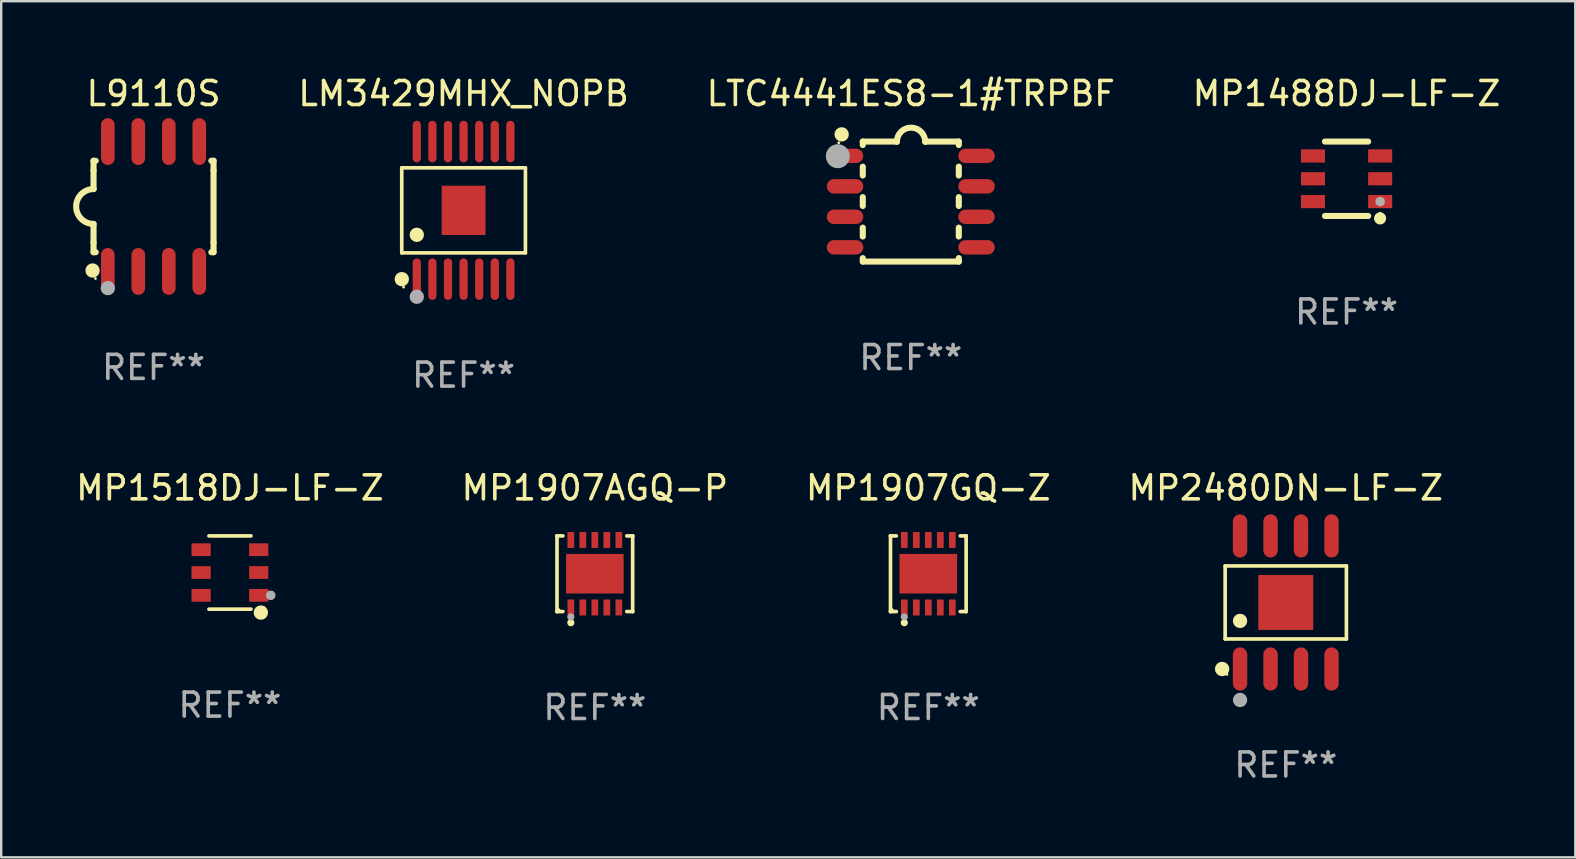
<source format=kicad_pcb>
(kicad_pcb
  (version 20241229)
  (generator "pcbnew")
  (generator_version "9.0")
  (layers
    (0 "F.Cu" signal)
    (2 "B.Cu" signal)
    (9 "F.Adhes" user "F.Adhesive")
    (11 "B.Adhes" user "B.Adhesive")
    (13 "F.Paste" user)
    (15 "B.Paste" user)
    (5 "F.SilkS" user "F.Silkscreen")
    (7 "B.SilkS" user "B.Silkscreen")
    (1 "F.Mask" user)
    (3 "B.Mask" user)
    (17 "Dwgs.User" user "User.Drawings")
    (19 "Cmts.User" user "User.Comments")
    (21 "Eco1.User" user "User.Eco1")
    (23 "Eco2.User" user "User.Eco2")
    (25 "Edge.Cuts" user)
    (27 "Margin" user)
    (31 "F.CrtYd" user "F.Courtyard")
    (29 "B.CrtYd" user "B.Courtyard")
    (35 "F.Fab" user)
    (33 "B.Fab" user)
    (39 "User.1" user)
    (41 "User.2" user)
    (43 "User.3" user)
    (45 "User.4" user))
  (footprint "LM3429MHX_NOPB"
    (layer "F.Cu")
    (at 16.264 5.714)
    (property "Reference" "LM3429MHX_NOPB" (at 0 -4.866 0) (layer "F.SilkS") (effects (font (size 1 1) (thickness 0.15))))
    (attr through_hole)
    (fp_line (start -2.576 -1.772) (end 2.576 -1.772) (stroke (width 0.152) (type solid)) (layer "F.SilkS"))
    (fp_line (start -2.576 1.771) (end -2.576 -1.772) (stroke (width 0.152) (type solid)) (layer "F.SilkS"))
    (fp_line (start 2.576 -1.772) (end 2.576 1.771) (stroke (width 0.152) (type solid)) (layer "F.SilkS"))
    (fp_line (start 2.576 1.771) (end -2.576 1.771) (stroke (width 0.152) (type solid)) (layer "F.SilkS"))
    (fp_circle (center -2.574 2.866) (end -2.424 2.866) (stroke (width 0.3) (type solid)) (fill no) (layer "F.SilkS"))
    (fp_circle (center -2.5 3.2) (end -2.47 3.2) (stroke (width 0.06) (type solid)) (fill no) (layer "F.SilkS"))
    (fp_circle (center -1.95 1.019) (end -1.8 1.019) (stroke (width 0.3) (type solid)) (fill no) (layer "F.SilkS"))
    (fp_circle (center -1.95 3.6) (end -1.8 3.6) (stroke (width 0.3) (type solid)) (fill no) (layer "F.Fab"))
    (fp_text user "REF**" (at 0 6.866 0) (layer "F.Fab") (effects (font (size 1 1) (thickness 0.15))))
    (pad "1" smd oval (at -1.95 2.866) (size 0.343 1.731) (layers "F.Cu" "F.Mask" "F.Paste"))
    (pad "2" smd oval (at -1.3 2.866) (size 0.343 1.731) (layers "F.Cu" "F.Mask" "F.Paste"))
    (pad "3" smd oval (at -0.65 2.866) (size 0.343 1.731) (layers "F.Cu" "F.Mask" "F.Paste"))
    (pad "4" smd oval (at 0 2.866) (size 0.343 1.731) (layers "F.Cu" "F.Mask" "F.Paste"))
    (pad "5" smd oval (at 0.65 2.866) (size 0.343 1.731) (layers "F.Cu" "F.Mask" "F.Paste"))
    (pad "6" smd oval (at 1.3 2.866) (size 0.343 1.731) (layers "F.Cu" "F.Mask" "F.Paste"))
    (pad "7" smd oval (at 1.95 2.866) (size 0.343 1.731) (layers "F.Cu" "F.Mask" "F.Paste"))
    (pad "8" smd oval (at 1.95 -2.866) (size 0.343 1.731) (layers "F.Cu" "F.Mask" "F.Paste"))
    (pad "9" smd oval (at 1.3 -2.866) (size 0.343 1.731) (layers "F.Cu" "F.Mask" "F.Paste"))
    (pad "10" smd oval (at 0.65 -2.866) (size 0.343 1.731) (layers "F.Cu" "F.Mask" "F.Paste"))
    (pad "11" smd oval (at 0 -2.866) (size 0.343 1.731) (layers "F.Cu" "F.Mask" "F.Paste"))
    (pad "12" smd oval (at -0.65 -2.866) (size 0.343 1.731) (layers "F.Cu" "F.Mask" "F.Paste"))
    (pad "13" smd oval (at -1.3 -2.866) (size 0.343 1.731) (layers "F.Cu" "F.Mask" "F.Paste"))
    (pad "14" smd oval (at -1.95 -2.866) (size 0.343 1.731) (layers "F.Cu" "F.Mask" "F.Paste"))
    (pad "15" smd rect (at 0 -0.000127) (size 1.83 2.055) (layers "F.Cu" "F.Mask" "F.Paste")))
  (footprint "MP1907GQ-Z"
    (layer "F.Cu")
    (at 35.625 20.852)
    (property "Reference" "MP1907GQ-Z" (at 0 -3.576 0) (layer "F.SilkS") (effects (font (size 1 1) (thickness 0.15))))
    (attr through_hole)
    (fp_line (start -1.576 -1.576) (end -1.576 -1.576) (stroke (width 0.152) (type solid)) (layer "F.SilkS"))
    (fp_line (start -1.576 -1.576) (end -1.331 -1.576) (stroke (width 0.152) (type solid)) (layer "F.SilkS"))
    (fp_line (start -1.576 1.576) (end -1.576 -1.576) (stroke (width 0.152) (type solid)) (layer "F.SilkS"))
    (fp_line (start -1.576 1.576) (end -1.576 1.576) (stroke (width 0.152) (type solid)) (layer "F.SilkS"))
    (fp_line (start -1.331 1.576) (end -1.576 1.576) (stroke (width 0.152) (type solid)) (layer "F.SilkS"))
    (fp_line (start 1.331 1.576) (end 1.576 1.576) (stroke (width 0.152) (type solid)) (layer "F.SilkS"))
    (fp_line (start 1.576 -1.576) (end 1.331 -1.576) (stroke (width 0.152) (type solid)) (layer "F.SilkS"))
    (fp_line (start 1.576 -1.576) (end 1.576 -1.576) (stroke (width 0.152) (type solid)) (layer "F.SilkS"))
    (fp_line (start 1.576 1.576) (end 1.576 -1.576) (stroke (width 0.152) (type solid)) (layer "F.SilkS"))
    (fp_line (start 1.576 1.576) (end 1.576 1.576) (stroke (width 0.152) (type solid)) (layer "F.SilkS"))
    (fp_circle (center -1.5 1.5) (end -1.47 1.5) (stroke (width 0.06) (type solid)) (fill no) (layer "F.SilkS"))
    (fp_circle (center -1 2.04) (end -0.925 2.04) (stroke (width 0.15) (type solid)) (fill no) (layer "F.SilkS"))
    (fp_circle (center -1 1.8) (end -0.925 1.8) (stroke (width 0.15) (type solid)) (fill no) (layer "F.Fab"))
    (fp_text user "REF**" (at 0 5.576 0) (layer "F.Fab") (effects (font (size 1 1) (thickness 0.15))))
    (pad "1" smd rect (at -1 1.407) (size 0.28 0.665) (layers "F.Cu" "F.Mask" "F.Paste"))
    (pad "2" smd rect (at -0.5 1.407) (size 0.28 0.665) (layers "F.Cu" "F.Mask" "F.Paste"))
    (pad "3" smd rect (at 0 1.407) (size 0.28 0.665) (layers "F.Cu" "F.Mask" "F.Paste"))
    (pad "4" smd rect (at 0.5 1.407) (size 0.28 0.665) (layers "F.Cu" "F.Mask" "F.Paste"))
    (pad "5" smd rect (at 1 1.407) (size 0.28 0.665) (layers "F.Cu" "F.Mask" "F.Paste"))
    (pad "6" smd rect (at 1 -1.407) (size 0.28 0.665) (layers "F.Cu" "F.Mask" "F.Paste"))
    (pad "7" smd rect (at 0.5 -1.407) (size 0.28 0.665) (layers "F.Cu" "F.Mask" "F.Paste"))
    (pad "8" smd rect (at 0 -1.407) (size 0.28 0.665) (layers "F.Cu" "F.Mask" "F.Paste"))
    (pad "9" smd rect (at -0.5 -1.407) (size 0.28 0.665) (layers "F.Cu" "F.Mask" "F.Paste"))
    (pad "10" smd rect (at -1 -1.407) (size 0.28 0.665) (layers "F.Cu" "F.Mask" "F.Paste"))
    (pad "11" smd rect (at 0 0) (size 2.4 1.65) (layers "F.Cu" "F.Mask" "F.Paste")))
  (footprint "MP2480DN-LF-Z"
    (layer "F.Cu")
    (at 50.518 22.049)
    (property "Reference" "MP2480DN-LF-Z" (at 0 -4.772 0) (layer "F.SilkS") (effects (font (size 1 1) (thickness 0.15))))
    (attr through_hole)
    (fp_line (start -2.526 -1.521) (end 2.526 -1.521) (stroke (width 0.152) (type solid)) (layer "F.SilkS"))
    (fp_line (start -2.526 1.521) (end -2.526 -1.521) (stroke (width 0.152) (type solid)) (layer "F.SilkS"))
    (fp_line (start 2.526 -1.521) (end 2.526 1.521) (stroke (width 0.152) (type solid)) (layer "F.SilkS"))
    (fp_line (start 2.526 1.521) (end -2.526 1.521) (stroke (width 0.152) (type solid)) (layer "F.SilkS"))
    (fp_circle (center -2.652 2.772) (end -2.501 2.772) (stroke (width 0.3) (type solid)) (fill no) (layer "F.SilkS"))
    (fp_circle (center -2.45 3) (end -2.42 3) (stroke (width 0.06) (type solid)) (fill no) (layer "F.SilkS"))
    (fp_circle (center -1.905 0.769) (end -1.755 0.769) (stroke (width 0.3) (type solid)) (fill no) (layer "F.SilkS"))
    (fp_circle (center -1.905 4.064) (end -1.755 4.064) (stroke (width 0.3) (type solid)) (fill no) (layer "F.Fab"))
    (fp_text user "REF**" (at 0 6.772 0) (layer "F.Fab") (effects (font (size 1 1) (thickness 0.15))))
    (pad "1" smd oval (at -1.905 2.772) (size 0.6 1.8) (layers "F.Cu" "F.Mask" "F.Paste"))
    (pad "2" smd oval (at -0.635 2.772) (size 0.6 1.8) (layers "F.Cu" "F.Mask" "F.Paste"))
    (pad "3" smd oval (at 0.635 2.772) (size 0.6 1.8) (layers "F.Cu" "F.Mask" "F.Paste"))
    (pad "4" smd oval (at 1.905 2.772) (size 0.6 1.8) (layers "F.Cu" "F.Mask" "F.Paste"))
    (pad "5" smd oval (at 1.905 -2.772) (size 0.6 1.8) (layers "F.Cu" "F.Mask" "F.Paste"))
    (pad "6" smd oval (at 0.635 -2.772) (size 0.6 1.8) (layers "F.Cu" "F.Mask" "F.Paste"))
    (pad "7" smd oval (at -0.635 -2.772) (size 0.6 1.8) (layers "F.Cu" "F.Mask" "F.Paste"))
    (pad "8" smd oval (at -1.905 -2.772) (size 0.6 1.8) (layers "F.Cu" "F.Mask" "F.Paste"))
    (pad "9" smd rect (at 0 0) (size 2.29 2.29) (layers "F.Cu" "F.Mask" "F.Paste")))
  (footprint "LTC4441ES8-1#TRPBF"
    (layer "F.Cu")
    (at 34.895 5.348)
    (property "Reference" "LTC4441ES8-1#TRPBF" (at 0 -4.5 0) (layer "F.SilkS") (effects (font (size 1 1) (thickness 0.15))))
    (attr through_hole)
    (fp_line (start -2 -2.5) (end -2 -2.356) (stroke (width 0.254) (type solid)) (layer "F.SilkS"))
    (fp_line (start -2 -1.454) (end -2 -1.086) (stroke (width 0.254) (type solid)) (layer "F.SilkS"))
    (fp_line (start -2 -0.184) (end -2 0.184) (stroke (width 0.254) (type solid)) (layer "F.SilkS"))
    (fp_line (start -2 1.086) (end -2 1.454) (stroke (width 0.254) (type solid)) (layer "F.SilkS"))
    (fp_line (start -2 2.356) (end -2 2.5) (stroke (width 0.254) (type solid)) (layer "F.SilkS"))
    (fp_line (start -0.58 -2.5) (end -2 -2.5) (stroke (width 0.254) (type solid)) (layer "F.SilkS"))
    (fp_line (start 2 -2.5) (end 0.6 -2.5) (stroke (width 0.254) (type solid)) (layer "F.SilkS"))
    (fp_line (start 2 -2.5) (end 2 -2.356) (stroke (width 0.254) (type solid)) (layer "F.SilkS"))
    (fp_line (start 2 -1.454) (end 2 -1.086) (stroke (width 0.254) (type solid)) (layer "F.SilkS"))
    (fp_line (start 2 -0.184) (end 2 0.184) (stroke (width 0.254) (type solid)) (layer "F.SilkS"))
    (fp_line (start 2 1.086) (end 2 1.454) (stroke (width 0.254) (type solid)) (layer "F.SilkS"))
    (fp_line (start 2 2.356) (end 2 2.5) (stroke (width 0.254) (type solid)) (layer "F.SilkS"))
    (fp_line (start 2 2.5) (end -2 2.5) (stroke (width 0.254) (type solid)) (layer "F.SilkS"))
    (fp_arc (start -0.579908 -2.489992) (mid 0.010097 -3.07831) (end 0.600102 -2.489992) (stroke (width 0.254001) (type solid)) (layer "F.SilkS"))
    (fp_circle (center -3 -2.45) (end -2.97 -2.45) (stroke (width 0.06) (type solid)) (fill no) (layer "F.SilkS"))
    (fp_circle (center -2.88 -2.8) (end -2.73 -2.8) (stroke (width 0.3) (type solid)) (fill no) (layer "F.SilkS"))
    (fp_circle (center -3.04 -1.89) (end -2.79 -1.89) (stroke (width 0.5) (type solid)) (fill no) (layer "F.Fab"))
    (fp_text user "REF**" (at 0 6.5 0) (layer "F.Fab") (effects (font (size 1 1) (thickness 0.15))))
    (pad "1" smd oval (at -2.74 -1.905 90) (size 0.6 1.52) (layers "F.Cu" "F.Mask" "F.Paste"))
    (pad "2" smd oval (at -2.74 -0.635 90) (size 0.6 1.52) (layers "F.Cu" "F.Mask" "F.Paste"))
    (pad "3" smd oval (at -2.74 0.635 90) (size 0.6 1.52) (layers "F.Cu" "F.Mask" "F.Paste"))
    (pad "4" smd oval (at -2.74 1.905 90) (size 0.6 1.52) (layers "F.Cu" "F.Mask" "F.Paste"))
    (pad "5" smd oval (at 2.74 1.905 90) (size 0.6 1.52) (layers "F.Cu" "F.Mask" "F.Paste"))
    (pad "6" smd oval (at 2.74 0.635 90) (size 0.6 1.52) (layers "F.Cu" "F.Mask" "F.Paste"))
    (pad "7" smd oval (at 2.74 -0.635 90) (size 0.6 1.52) (layers "F.Cu" "F.Mask" "F.Paste"))
    (pad "8" smd oval (at 2.74 -1.905 90) (size 0.6 1.52) (layers "F.Cu" "F.Mask" "F.Paste")))
  (footprint "MP1488DJ-LF-Z"
    (layer "F.Cu")
    (at 53.05 4.398)
    (property "Reference" "MP1488DJ-LF-Z" (at 0 -3.55 0) (layer "F.SilkS") (effects (font (size 1 1) (thickness 0.15))))
    (attr through_hole)
    (fp_line (start -0.9 -1.55) (end 0.9 -1.55) (stroke (width 0.254) (type solid)) (layer "F.SilkS"))
    (fp_line (start -0.9 1.55) (end 0.9 1.55) (stroke (width 0.254) (type solid)) (layer "F.SilkS"))
    (fp_circle (center 1.397 1.651) (end 1.524 1.651) (stroke (width 0.254) (type solid)) (fill no) (layer "F.SilkS"))
    (fp_circle (center 1.4 1.435) (end 1.43 1.435) (stroke (width 0.06) (type solid)) (fill no) (layer "F.SilkS"))
    (fp_circle (center 1.4 0.95) (end 1.5 0.95) (stroke (width 0.2) (type solid)) (fill no) (layer "F.Fab"))
    (fp_text user "REF**" (at 0 5.55 0) (layer "F.Fab") (effects (font (size 1 1) (thickness 0.15))))
    (pad "1" smd rect (at 1.4 0.95) (size 1 0.55) (layers "F.Cu" "F.Mask" "F.Paste"))
    (pad "2" smd rect (at 1.4 -0.000102) (size 1 0.55) (layers "F.Cu" "F.Mask" "F.Paste"))
    (pad "3" smd rect (at 1.4 -0.95) (size 1 0.55) (layers "F.Cu" "F.Mask" "F.Paste"))
    (pad "4" smd rect (at -1.4 -0.95) (size 1 0.55) (layers "F.Cu" "F.Mask" "F.Paste"))
    (pad "5" smd rect (at -1.4 -0.000102) (size 1 0.55) (layers "F.Cu" "F.Mask" "F.Paste"))
    (pad "6" smd rect (at -1.4 0.95) (size 1 0.55) (layers "F.Cu" "F.Mask" "F.Paste")))
  (footprint "MP1907AGQ-P"
    (layer "F.Cu")
    (at 21.732 20.852)
    (property "Reference" "MP1907AGQ-P" (at 0 -3.576 0) (layer "F.SilkS") (effects (font (size 1 1) (thickness 0.15))))
    (attr through_hole)
    (fp_line (start -1.576 -1.576) (end -1.576 -1.576) (stroke (width 0.152) (type solid)) (layer "F.SilkS"))
    (fp_line (start -1.576 -1.576) (end -1.331 -1.576) (stroke (width 0.152) (type solid)) (layer "F.SilkS"))
    (fp_line (start -1.576 1.576) (end -1.576 -1.576) (stroke (width 0.152) (type solid)) (layer "F.SilkS"))
    (fp_line (start -1.576 1.576) (end -1.576 1.576) (stroke (width 0.152) (type solid)) (layer "F.SilkS"))
    (fp_line (start -1.331 1.576) (end -1.576 1.576) (stroke (width 0.152) (type solid)) (layer "F.SilkS"))
    (fp_line (start 1.331 1.576) (end 1.576 1.576) (stroke (width 0.152) (type solid)) (layer "F.SilkS"))
    (fp_line (start 1.576 -1.576) (end 1.331 -1.576) (stroke (width 0.152) (type solid)) (layer "F.SilkS"))
    (fp_line (start 1.576 -1.576) (end 1.576 -1.576) (stroke (width 0.152) (type solid)) (layer "F.SilkS"))
    (fp_line (start 1.576 1.576) (end 1.576 -1.576) (stroke (width 0.152) (type solid)) (layer "F.SilkS"))
    (fp_line (start 1.576 1.576) (end 1.576 1.576) (stroke (width 0.152) (type solid)) (layer "F.SilkS"))
    (fp_circle (center -1.5 1.5) (end -1.47 1.5) (stroke (width 0.06) (type solid)) (fill no) (layer "F.SilkS"))
    (fp_circle (center -1 2.04) (end -0.925 2.04) (stroke (width 0.15) (type solid)) (fill no) (layer "F.SilkS"))
    (fp_circle (center -1 1.8) (end -0.925 1.8) (stroke (width 0.15) (type solid)) (fill no) (layer "F.Fab"))
    (fp_text user "REF**" (at 0 5.576 0) (layer "F.Fab") (effects (font (size 1 1) (thickness 0.15))))
    (pad "1" smd rect (at -1 1.407) (size 0.28 0.665) (layers "F.Cu" "F.Mask" "F.Paste"))
    (pad "2" smd rect (at -0.5 1.407) (size 0.28 0.665) (layers "F.Cu" "F.Mask" "F.Paste"))
    (pad "3" smd rect (at 0 1.407) (size 0.28 0.665) (layers "F.Cu" "F.Mask" "F.Paste"))
    (pad "4" smd rect (at 0.5 1.407) (size 0.28 0.665) (layers "F.Cu" "F.Mask" "F.Paste"))
    (pad "5" smd rect (at 1 1.407) (size 0.28 0.665) (layers "F.Cu" "F.Mask" "F.Paste"))
    (pad "6" smd rect (at 1 -1.407) (size 0.28 0.665) (layers "F.Cu" "F.Mask" "F.Paste"))
    (pad "7" smd rect (at 0.5 -1.407) (size 0.28 0.665) (layers "F.Cu" "F.Mask" "F.Paste"))
    (pad "8" smd rect (at 0 -1.407) (size 0.28 0.665) (layers "F.Cu" "F.Mask" "F.Paste"))
    (pad "9" smd rect (at -0.5 -1.407) (size 0.28 0.665) (layers "F.Cu" "F.Mask" "F.Paste"))
    (pad "10" smd rect (at -1 -1.407) (size 0.28 0.665) (layers "F.Cu" "F.Mask" "F.Paste"))
    (pad "11" smd rect (at 0 0) (size 2.4 1.65) (layers "F.Cu" "F.Mask" "F.Paste")))
  (footprint "MP1518DJ-LF-Z"
    (layer "F.Cu")
    (at 6.53 20.802)
    (property "Reference" "MP1518DJ-LF-Z" (at 0 -3.526 0) (layer "F.SilkS") (effects (font (size 1 1) (thickness 0.15))))
    (attr through_hole)
    (fp_line (start 0.876 -1.526) (end -0.876 -1.526) (stroke (width 0.152) (type solid)) (layer "F.SilkS"))
    (fp_line (start 0.876 1.526) (end -0.876 1.526) (stroke (width 0.152) (type solid)) (layer "F.SilkS"))
    (fp_circle (center 1.287 1.669) (end 1.438 1.669) (stroke (width 0.3) (type solid)) (fill no) (layer "F.SilkS"))
    (fp_circle (center 1.4 1.45) (end 1.43 1.45) (stroke (width 0.06) (type solid)) (fill no) (layer "F.SilkS"))
    (fp_circle (center 1.7 0.95) (end 1.8 0.95) (stroke (width 0.2) (type solid)) (fill no) (layer "F.Fab"))
    (fp_text user "REF**" (at 0 5.526 0) (layer "F.Fab") (effects (font (size 1 1) (thickness 0.15))))
    (pad "1" smd rect (at 1.2 0.95) (size 0.8 0.532) (layers "F.Cu" "F.Mask" "F.Paste"))
    (pad "2" smd rect (at 1.2 0) (size 0.8 0.532) (layers "F.Cu" "F.Mask" "F.Paste"))
    (pad "3" smd rect (at 1.2 -0.95) (size 0.8 0.532) (layers "F.Cu" "F.Mask" "F.Paste"))
    (pad "4" smd rect (at -1.2 -0.95) (size 0.8 0.532) (layers "F.Cu" "F.Mask" "F.Paste"))
    (pad "5" smd rect (at -1.2 0) (size 0.8 0.532) (layers "F.Cu" "F.Mask" "F.Paste"))
    (pad "6" smd rect (at -1.2 0.95) (size 0.8 0.532) (layers "F.Cu" "F.Mask" "F.Paste")))
  (footprint "L9110S"
    (layer "F.Cu")
    (at 3.347 5.553)
    (property "Reference" "L9110S" (at 0 -4.705 0) (layer "F.SilkS") (effects (font (size 1 1) (thickness 0.15))))
    (attr through_hole)
    (fp_line (start -2.5 -1.905) (end -2.409 -1.905) (stroke (width 0.254) (type solid)) (layer "F.SilkS"))
    (fp_line (start -2.5 -1.5) (end -2.5 -1.905) (stroke (width 0.254) (type solid)) (layer "F.SilkS"))
    (fp_line (start -2.5 -1.5) (end -2.5 -0.726) (stroke (width 0.254) (type solid)) (layer "F.SilkS"))
    (fp_line (start -2.5 1.5) (end -2.5 0.727) (stroke (width 0.254) (type solid)) (layer "F.SilkS"))
    (fp_line (start -2.5 1.5) (end -2.5 1.905) (stroke (width 0.254) (type solid)) (layer "F.SilkS"))
    (fp_line (start -2.5 1.905) (end -2.409 1.905) (stroke (width 0.254) (type solid)) (layer "F.SilkS"))
    (fp_line (start 2.5 -1.905) (end 2.409 -1.905) (stroke (width 0.254) (type solid)) (layer "F.SilkS"))
    (fp_line (start 2.5 -1.5) (end 2.5 -1.905) (stroke (width 0.254) (type solid)) (layer "F.SilkS"))
    (fp_line (start 2.5 -1.5) (end 2.5 1.5) (stroke (width 0.254) (type solid)) (layer "F.SilkS"))
    (fp_line (start 2.5 1.5) (end 2.5 1.905) (stroke (width 0.254) (type solid)) (layer "F.SilkS"))
    (fp_line (start 2.5 1.905) (end 2.409 1.905) (stroke (width 0.254) (type solid)) (layer "F.SilkS"))
    (fp_arc (start -2.5 0.726568) (mid -3.220316 -0.0023) (end -2.495097 -0.726289) (stroke (width 0.254001) (type solid)) (layer "F.SilkS"))
    (fp_circle (center -2.54 2.667) (end -2.39 2.667) (stroke (width 0.3) (type solid)) (fill no) (layer "F.SilkS"))
    (fp_circle (center -2.42 3) (end -2.39 3) (stroke (width 0.06) (type solid)) (fill no) (layer "F.SilkS"))
    (fp_circle (center -1.905 3.4) (end -1.755 3.4) (stroke (width 0.3) (type solid)) (fill no) (layer "F.Fab"))
    (fp_text user "REF**" (at 0 6.705 0) (layer "F.Fab") (effects (font (size 1 1) (thickness 0.15))))
    (pad "1" smd oval (at -1.905 2.705) (size 0.568 1.95) (layers "F.Cu" "F.Mask" "F.Paste"))
    (pad "2" smd oval (at -0.635 2.705) (size 0.568 1.95) (layers "F.Cu" "F.Mask" "F.Paste"))
    (pad "3" smd oval (at 0.635 2.705) (size 0.568 1.95) (layers "F.Cu" "F.Mask" "F.Paste"))
    (pad "4" smd oval (at 1.905 2.705) (size 0.568 1.95) (layers "F.Cu" "F.Mask" "F.Paste"))
    (pad "5" smd oval (at 1.905 -2.705) (size 0.568 1.95) (layers "F.Cu" "F.Mask" "F.Paste"))
    (pad "6" smd oval (at 0.635 -2.705) (size 0.568 1.95) (layers "F.Cu" "F.Mask" "F.Paste"))
    (pad "7" smd oval (at -0.635 -2.705) (size 0.568 1.95) (layers "F.Cu" "F.Mask" "F.Paste"))
    (pad "8" smd oval (at -1.905 -2.705) (size 0.568 1.95) (layers "F.Cu" "F.Mask" "F.Paste")))
  (gr_rect
    (start -3 -3)
    (end 62.579 32.669)
    (stroke (width 0.1) (type default))
    (fill no)
    (layer "Edge.Cuts")))
</source>
